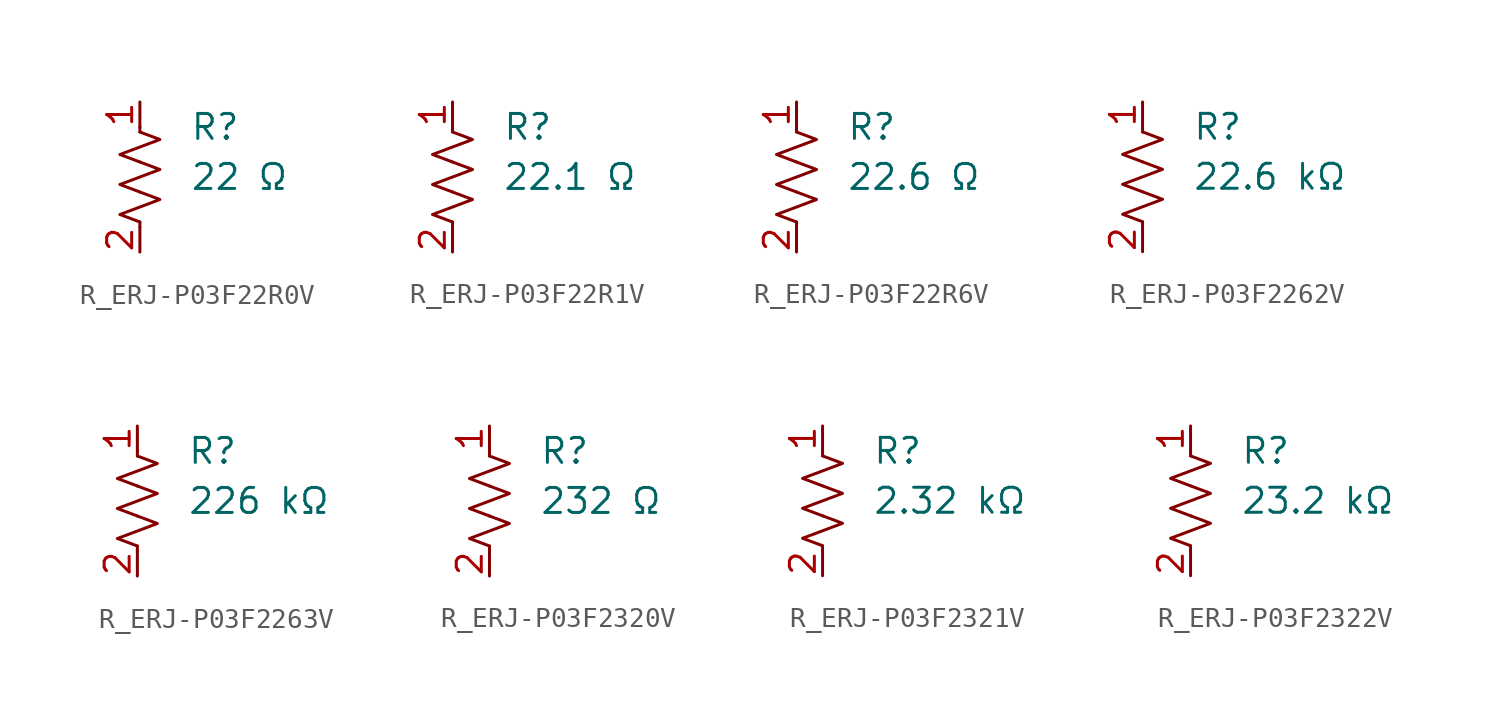
<source format=kicad_sym>
(kicad_symbol_lib
  (version 20231120)
  (generator "kicad_symbol_editor")
  (generator_version "8.0")
  (symbol "R_ERJ-P03F22R0V"
    (pin_names
      (offset 0.254))
    (property "Value" "22 Ω"
      (at 2.54 0 0)
      (effects (font (size 1.27 1.27)) (justify left)))
    (property "Reference" "R"
      (at 2.54 2.54 0)
      (effects (font (size 1.27 1.27)) (justify left)))
    (symbol "R_ERJ-P03F22R0V_0_1"
      (polyline (pts (xy 0 -2.286) (xy 0 -2.54)) (stroke (width 0) (type default)) (fill (type none)))
      (polyline (pts (xy 0 2.286) (xy 0 2.54)) (stroke (width 0) (type default)) (fill (type none)))
      (polyline (pts (xy 0 -0.762) (xy 1.016 -1.143) (xy 0 -1.524) (xy -1.016 -1.905) (xy 0 -2.286)) (stroke (width 0) (type default)) (fill (type none)))
      (polyline (pts (xy 0 0.762) (xy 1.016 0.381) (xy 0 0) (xy -1.016 -0.381) (xy 0 -0.762)) (stroke (width 0) (type default)) (fill (type none)))
      (polyline (pts (xy 0 2.286) (xy 1.016 1.905) (xy 0 1.524) (xy -1.016 1.143) (xy 0 0.762)) (stroke (width 0) (type default)) (fill (type none))))
    (symbol "R_ERJ-P03F22R0V_1_1"
      (pin passive line (at 0 3.81 270) (length 1.27) (name "~" (effects (font (size 1.27 1.27)))) (number "1" (effects (font (size 1.27 1.27)))))
      (pin passive line (at 0 -3.81 90) (length 1.27) (name "~" (effects (font (size 1.27 1.27)))) (number "2" (effects (font (size 1.27 1.27)))))))
  (symbol "R_ERJ-P03F22R1V"
    (pin_names
      (offset 0.254))
    (property "Value" "22.1 Ω"
      (at 2.54 0 0)
      (effects (font (size 1.27 1.27)) (justify left)))
    (property "Reference" "R"
      (at 2.54 2.54 0)
      (effects (font (size 1.27 1.27)) (justify left)))
    (symbol "R_ERJ-P03F22R1V_0_1"
      (polyline (pts (xy 0 -2.286) (xy 0 -2.54)) (stroke (width 0) (type default)) (fill (type none)))
      (polyline (pts (xy 0 2.286) (xy 0 2.54)) (stroke (width 0) (type default)) (fill (type none)))
      (polyline (pts (xy 0 -0.762) (xy 1.016 -1.143) (xy 0 -1.524) (xy -1.016 -1.905) (xy 0 -2.286)) (stroke (width 0) (type default)) (fill (type none)))
      (polyline (pts (xy 0 0.762) (xy 1.016 0.381) (xy 0 0) (xy -1.016 -0.381) (xy 0 -0.762)) (stroke (width 0) (type default)) (fill (type none)))
      (polyline (pts (xy 0 2.286) (xy 1.016 1.905) (xy 0 1.524) (xy -1.016 1.143) (xy 0 0.762)) (stroke (width 0) (type default)) (fill (type none))))
    (symbol "R_ERJ-P03F22R1V_1_1"
      (pin passive line (at 0 3.81 270) (length 1.27) (name "~" (effects (font (size 1.27 1.27)))) (number "1" (effects (font (size 1.27 1.27)))))
      (pin passive line (at 0 -3.81 90) (length 1.27) (name "~" (effects (font (size 1.27 1.27)))) (number "2" (effects (font (size 1.27 1.27)))))))
  (symbol "R_ERJ-P03F22R6V"
    (pin_names
      (offset 0.254))
    (property "Value" "22.6 Ω"
      (at 2.54 0 0)
      (effects (font (size 1.27 1.27)) (justify left)))
    (property "Reference" "R"
      (at 2.54 2.54 0)
      (effects (font (size 1.27 1.27)) (justify left)))
    (symbol "R_ERJ-P03F22R6V_0_1"
      (polyline (pts (xy 0 -2.286) (xy 0 -2.54)) (stroke (width 0) (type default)) (fill (type none)))
      (polyline (pts (xy 0 2.286) (xy 0 2.54)) (stroke (width 0) (type default)) (fill (type none)))
      (polyline (pts (xy 0 -0.762) (xy 1.016 -1.143) (xy 0 -1.524) (xy -1.016 -1.905) (xy 0 -2.286)) (stroke (width 0) (type default)) (fill (type none)))
      (polyline (pts (xy 0 0.762) (xy 1.016 0.381) (xy 0 0) (xy -1.016 -0.381) (xy 0 -0.762)) (stroke (width 0) (type default)) (fill (type none)))
      (polyline (pts (xy 0 2.286) (xy 1.016 1.905) (xy 0 1.524) (xy -1.016 1.143) (xy 0 0.762)) (stroke (width 0) (type default)) (fill (type none))))
    (symbol "R_ERJ-P03F22R6V_1_1"
      (pin passive line (at 0 3.81 270) (length 1.27) (name "~" (effects (font (size 1.27 1.27)))) (number "1" (effects (font (size 1.27 1.27)))))
      (pin passive line (at 0 -3.81 90) (length 1.27) (name "~" (effects (font (size 1.27 1.27)))) (number "2" (effects (font (size 1.27 1.27)))))))
  (symbol "R_ERJ-P03F2262V"
    (pin_names
      (offset 0.254))
    (property "Value" "22.6 kΩ"
      (at 2.54 0 0)
      (effects (font (size 1.27 1.27)) (justify left)))
    (property "Reference" "R"
      (at 2.54 2.54 0)
      (effects (font (size 1.27 1.27)) (justify left)))
    (symbol "R_ERJ-P03F2262V_0_1"
      (polyline (pts (xy 0 -2.286) (xy 0 -2.54)) (stroke (width 0) (type default)) (fill (type none)))
      (polyline (pts (xy 0 2.286) (xy 0 2.54)) (stroke (width 0) (type default)) (fill (type none)))
      (polyline (pts (xy 0 -0.762) (xy 1.016 -1.143) (xy 0 -1.524) (xy -1.016 -1.905) (xy 0 -2.286)) (stroke (width 0) (type default)) (fill (type none)))
      (polyline (pts (xy 0 0.762) (xy 1.016 0.381) (xy 0 0) (xy -1.016 -0.381) (xy 0 -0.762)) (stroke (width 0) (type default)) (fill (type none)))
      (polyline (pts (xy 0 2.286) (xy 1.016 1.905) (xy 0 1.524) (xy -1.016 1.143) (xy 0 0.762)) (stroke (width 0) (type default)) (fill (type none))))
    (symbol "R_ERJ-P03F2262V_1_1"
      (pin passive line (at 0 3.81 270) (length 1.27) (name "~" (effects (font (size 1.27 1.27)))) (number "1" (effects (font (size 1.27 1.27)))))
      (pin passive line (at 0 -3.81 90) (length 1.27) (name "~" (effects (font (size 1.27 1.27)))) (number "2" (effects (font (size 1.27 1.27)))))))
  (symbol "R_ERJ-P03F2263V"
    (pin_names
      (offset 0.254))
    (property "Value" "226 kΩ"
      (at 2.54 0 0)
      (effects (font (size 1.27 1.27)) (justify left)))
    (property "Reference" "R"
      (at 2.54 2.54 0)
      (effects (font (size 1.27 1.27)) (justify left)))
    (symbol "R_ERJ-P03F2263V_0_1"
      (polyline (pts (xy 0 -2.286) (xy 0 -2.54)) (stroke (width 0) (type default)) (fill (type none)))
      (polyline (pts (xy 0 2.286) (xy 0 2.54)) (stroke (width 0) (type default)) (fill (type none)))
      (polyline (pts (xy 0 -0.762) (xy 1.016 -1.143) (xy 0 -1.524) (xy -1.016 -1.905) (xy 0 -2.286)) (stroke (width 0) (type default)) (fill (type none)))
      (polyline (pts (xy 0 0.762) (xy 1.016 0.381) (xy 0 0) (xy -1.016 -0.381) (xy 0 -0.762)) (stroke (width 0) (type default)) (fill (type none)))
      (polyline (pts (xy 0 2.286) (xy 1.016 1.905) (xy 0 1.524) (xy -1.016 1.143) (xy 0 0.762)) (stroke (width 0) (type default)) (fill (type none))))
    (symbol "R_ERJ-P03F2263V_1_1"
      (pin passive line (at 0 3.81 270) (length 1.27) (name "~" (effects (font (size 1.27 1.27)))) (number "1" (effects (font (size 1.27 1.27)))))
      (pin passive line (at 0 -3.81 90) (length 1.27) (name "~" (effects (font (size 1.27 1.27)))) (number "2" (effects (font (size 1.27 1.27)))))))
  (symbol "R_ERJ-P03F2320V"
    (pin_names
      (offset 0.254))
    (property "Value" "232 Ω"
      (at 2.54 0 0)
      (effects (font (size 1.27 1.27)) (justify left)))
    (property "Reference" "R"
      (at 2.54 2.54 0)
      (effects (font (size 1.27 1.27)) (justify left)))
    (symbol "R_ERJ-P03F2320V_0_1"
      (polyline (pts (xy 0 -2.286) (xy 0 -2.54)) (stroke (width 0) (type default)) (fill (type none)))
      (polyline (pts (xy 0 2.286) (xy 0 2.54)) (stroke (width 0) (type default)) (fill (type none)))
      (polyline (pts (xy 0 -0.762) (xy 1.016 -1.143) (xy 0 -1.524) (xy -1.016 -1.905) (xy 0 -2.286)) (stroke (width 0) (type default)) (fill (type none)))
      (polyline (pts (xy 0 0.762) (xy 1.016 0.381) (xy 0 0) (xy -1.016 -0.381) (xy 0 -0.762)) (stroke (width 0) (type default)) (fill (type none)))
      (polyline (pts (xy 0 2.286) (xy 1.016 1.905) (xy 0 1.524) (xy -1.016 1.143) (xy 0 0.762)) (stroke (width 0) (type default)) (fill (type none))))
    (symbol "R_ERJ-P03F2320V_1_1"
      (pin passive line (at 0 3.81 270) (length 1.27) (name "~" (effects (font (size 1.27 1.27)))) (number "1" (effects (font (size 1.27 1.27)))))
      (pin passive line (at 0 -3.81 90) (length 1.27) (name "~" (effects (font (size 1.27 1.27)))) (number "2" (effects (font (size 1.27 1.27)))))))
  (symbol "R_ERJ-P03F2321V"
    (pin_names
      (offset 0.254))
    (property "Value" "2.32 kΩ"
      (at 2.54 0 0)
      (effects (font (size 1.27 1.27)) (justify left)))
    (property "Reference" "R"
      (at 2.54 2.54 0)
      (effects (font (size 1.27 1.27)) (justify left)))
    (symbol "R_ERJ-P03F2321V_0_1"
      (polyline (pts (xy 0 -2.286) (xy 0 -2.54)) (stroke (width 0) (type default)) (fill (type none)))
      (polyline (pts (xy 0 2.286) (xy 0 2.54)) (stroke (width 0) (type default)) (fill (type none)))
      (polyline (pts (xy 0 -0.762) (xy 1.016 -1.143) (xy 0 -1.524) (xy -1.016 -1.905) (xy 0 -2.286)) (stroke (width 0) (type default)) (fill (type none)))
      (polyline (pts (xy 0 0.762) (xy 1.016 0.381) (xy 0 0) (xy -1.016 -0.381) (xy 0 -0.762)) (stroke (width 0) (type default)) (fill (type none)))
      (polyline (pts (xy 0 2.286) (xy 1.016 1.905) (xy 0 1.524) (xy -1.016 1.143) (xy 0 0.762)) (stroke (width 0) (type default)) (fill (type none))))
    (symbol "R_ERJ-P03F2321V_1_1"
      (pin passive line (at 0 3.81 270) (length 1.27) (name "~" (effects (font (size 1.27 1.27)))) (number "1" (effects (font (size 1.27 1.27)))))
      (pin passive line (at 0 -3.81 90) (length 1.27) (name "~" (effects (font (size 1.27 1.27)))) (number "2" (effects (font (size 1.27 1.27)))))))
  (symbol "R_ERJ-P03F2322V"
    (pin_names
      (offset 0.254))
    (property "Value" "23.2 kΩ"
      (at 2.54 0 0)
      (effects (font (size 1.27 1.27)) (justify left)))
    (property "Reference" "R"
      (at 2.54 2.54 0)
      (effects (font (size 1.27 1.27)) (justify left)))
    (symbol "R_ERJ-P03F2322V_0_1"
      (polyline (pts (xy 0 -2.286) (xy 0 -2.54)) (stroke (width 0) (type default)) (fill (type none)))
      (polyline (pts (xy 0 2.286) (xy 0 2.54)) (stroke (width 0) (type default)) (fill (type none)))
      (polyline (pts (xy 0 -0.762) (xy 1.016 -1.143) (xy 0 -1.524) (xy -1.016 -1.905) (xy 0 -2.286)) (stroke (width 0) (type default)) (fill (type none)))
      (polyline (pts (xy 0 0.762) (xy 1.016 0.381) (xy 0 0) (xy -1.016 -0.381) (xy 0 -0.762)) (stroke (width 0) (type default)) (fill (type none)))
      (polyline (pts (xy 0 2.286) (xy 1.016 1.905) (xy 0 1.524) (xy -1.016 1.143) (xy 0 0.762)) (stroke (width 0) (type default)) (fill (type none))))
    (symbol "R_ERJ-P03F2322V_1_1"
      (pin passive line (at 0 3.81 270) (length 1.27) (name "~" (effects (font (size 1.27 1.27)))) (number "1" (effects (font (size 1.27 1.27)))))
      (pin passive line (at 0 -3.81 90) (length 1.27) (name "~" (effects (font (size 1.27 1.27)))) (number "2" (effects (font (size 1.27 1.27))))))))
</source>
